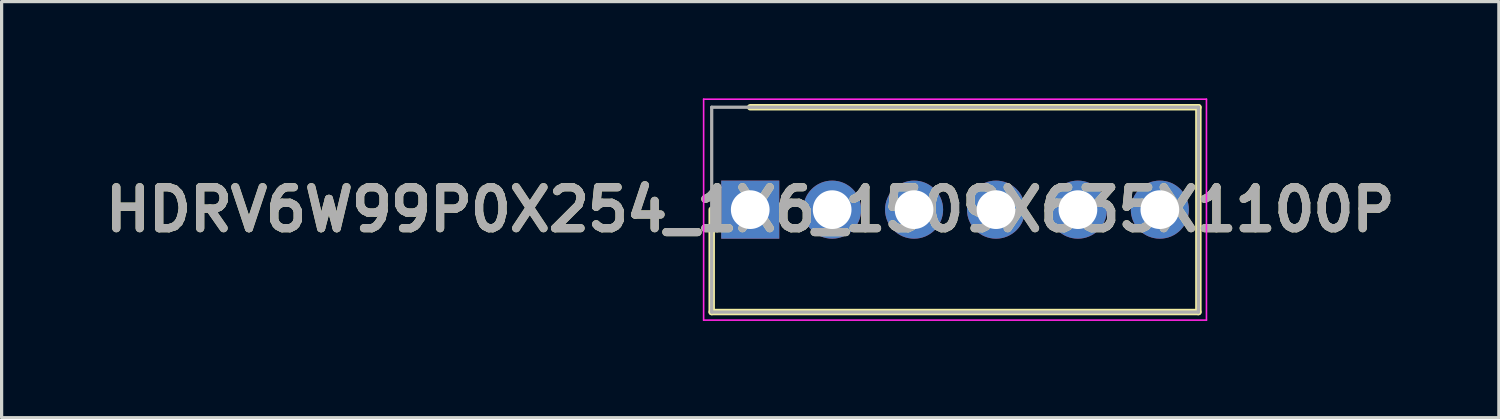
<source format=kicad_pcb>
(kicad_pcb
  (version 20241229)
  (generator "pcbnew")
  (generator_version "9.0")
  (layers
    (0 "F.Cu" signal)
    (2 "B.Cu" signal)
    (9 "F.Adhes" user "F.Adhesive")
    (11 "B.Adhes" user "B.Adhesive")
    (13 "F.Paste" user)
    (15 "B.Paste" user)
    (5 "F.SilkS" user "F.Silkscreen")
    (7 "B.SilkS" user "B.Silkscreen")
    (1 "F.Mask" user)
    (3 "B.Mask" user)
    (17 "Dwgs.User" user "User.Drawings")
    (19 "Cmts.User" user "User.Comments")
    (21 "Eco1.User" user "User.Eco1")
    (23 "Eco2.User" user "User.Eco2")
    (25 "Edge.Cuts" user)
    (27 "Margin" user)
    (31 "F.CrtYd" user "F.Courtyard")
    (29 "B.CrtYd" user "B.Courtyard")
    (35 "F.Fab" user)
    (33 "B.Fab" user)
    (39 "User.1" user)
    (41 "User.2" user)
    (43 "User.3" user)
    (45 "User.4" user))
  (footprint "HDRV6W99P0X254_1X6_1509X635X1100P"
    (layer "F.Cu")
    (at 20.211 3.45)
    (property "Reference" "HDRV6W99P0X254_1X6_1509X635X1100P" (at 0 0 0) (layer "F.SilkS") (effects (font (size 1.27 1.27) (thickness 0.254))))
    (attr through_hole)
    (fp_line (start -1.195 0) (end -1.195 3.175) (stroke (width 0.2) (type solid)) (layer "F.SilkS"))
    (fp_line (start -1.195 3.175) (end 13.895 3.175) (stroke (width 0.2) (type solid)) (layer "F.SilkS"))
    (fp_line (start 13.895 -3.175) (end 0 -3.175) (stroke (width 0.2) (type solid)) (layer "F.SilkS"))
    (fp_line (start 13.895 3.175) (end 13.895 -3.175) (stroke (width 0.2) (type solid)) (layer "F.SilkS"))
    (fp_line (start -1.445 -3.425) (end 14.145 -3.425) (stroke (width 0.05) (type solid)) (layer "F.CrtYd"))
    (fp_line (start -1.445 3.425) (end -1.445 -3.425) (stroke (width 0.05) (type solid)) (layer "F.CrtYd"))
    (fp_line (start 14.145 -3.425) (end 14.145 3.425) (stroke (width 0.05) (type solid)) (layer "F.CrtYd"))
    (fp_line (start 14.145 3.425) (end -1.445 3.425) (stroke (width 0.05) (type solid)) (layer "F.CrtYd"))
    (fp_line (start -1.195 -3.175) (end 13.895 -3.175) (stroke (width 0.1) (type solid)) (layer "F.Fab"))
    (fp_line (start -1.195 3.175) (end -1.195 -3.175) (stroke (width 0.1) (type solid)) (layer "F.Fab"))
    (fp_line (start 13.895 -3.175) (end 13.895 3.175) (stroke (width 0.1) (type solid)) (layer "F.Fab"))
    (fp_line (start 13.895 3.175) (end -1.195 3.175) (stroke (width 0.1) (type solid)) (layer "F.Fab"))
    (fp_text user "${REFERENCE}" (at 0 0 0) (layer "F.Fab") (effects (font (size 1.27 1.27) (thickness 0.254))))
    (pad "1" thru_hole rect (at 0 0) (size 1.8 1.8) (drill 1.2) (layers "*.Cu" "*.Mask"))
    (pad "2" thru_hole circle (at 2.54 0) (size 1.8 1.8) (drill 1.2) (layers "*.Cu" "*.Mask"))
    (pad "3" thru_hole circle (at 5.08 0) (size 1.8 1.8) (drill 1.2) (layers "*.Cu" "*.Mask"))
    (pad "4" thru_hole circle (at 7.62 0) (size 1.8 1.8) (drill 1.2) (layers "*.Cu" "*.Mask"))
    (pad "5" thru_hole circle (at 10.16 0) (size 1.8 1.8) (drill 1.2) (layers "*.Cu" "*.Mask"))
    (pad "6" thru_hole circle (at 12.7 0) (size 1.8 1.8) (drill 1.2) (layers "*.Cu" "*.Mask")))
  (gr_rect
    (start -3 -3)
    (end 43.422 9.9)
    (stroke (width 0.1) (type default))
    (fill no)
    (layer "Edge.Cuts")))
</source>
